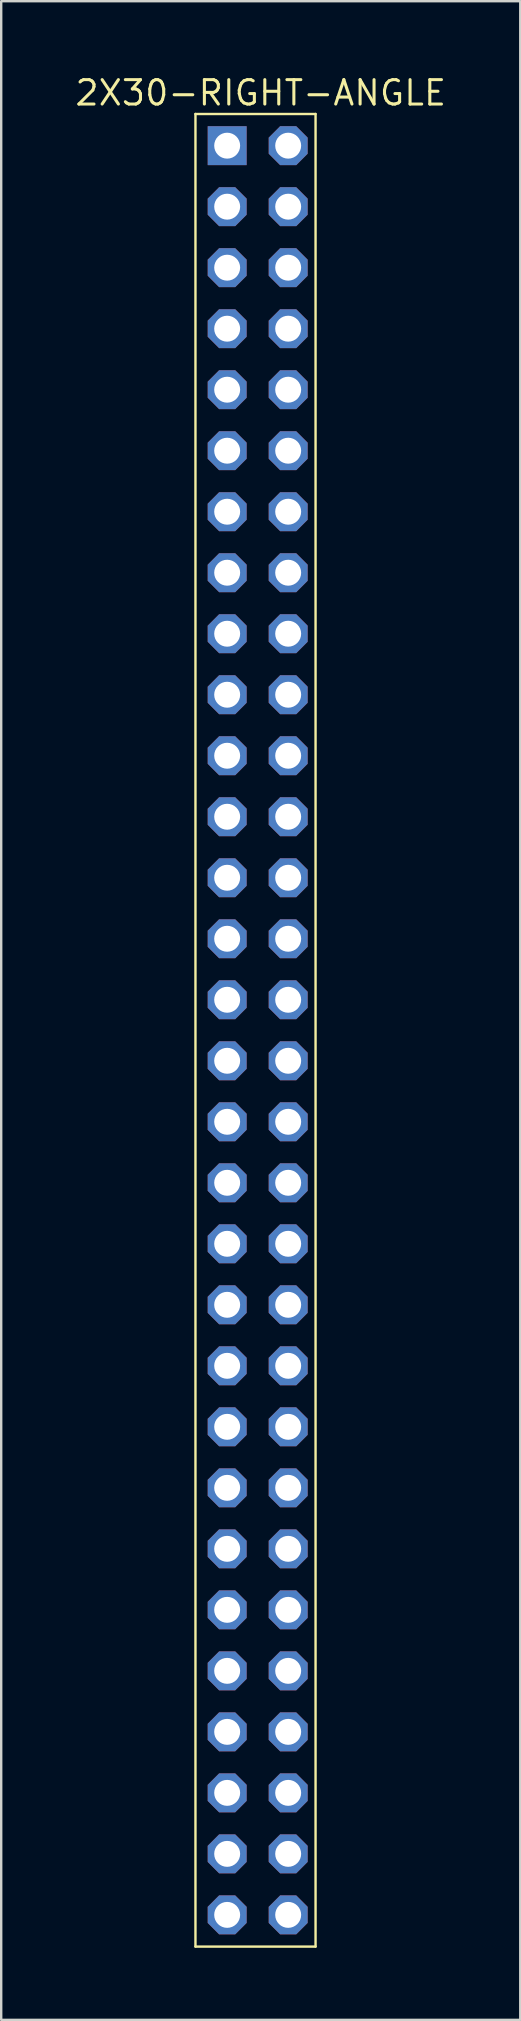
<source format=kicad_pcb>
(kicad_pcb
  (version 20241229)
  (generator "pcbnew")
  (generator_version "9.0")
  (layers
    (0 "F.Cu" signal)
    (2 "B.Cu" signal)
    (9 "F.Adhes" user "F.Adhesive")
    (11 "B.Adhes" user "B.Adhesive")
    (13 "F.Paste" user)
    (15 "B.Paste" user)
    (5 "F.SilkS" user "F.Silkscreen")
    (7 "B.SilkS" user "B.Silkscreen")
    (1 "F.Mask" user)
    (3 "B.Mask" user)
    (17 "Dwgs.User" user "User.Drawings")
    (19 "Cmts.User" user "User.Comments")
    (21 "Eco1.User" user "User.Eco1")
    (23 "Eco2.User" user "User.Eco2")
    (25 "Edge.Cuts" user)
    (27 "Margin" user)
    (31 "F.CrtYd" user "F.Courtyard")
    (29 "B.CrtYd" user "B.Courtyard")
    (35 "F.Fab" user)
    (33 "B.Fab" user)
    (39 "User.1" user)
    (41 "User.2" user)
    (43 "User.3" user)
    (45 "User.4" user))
  (footprint "2X30-RIGHT-ANGLE"
    (layer "F.Cu")
    (at 6.408 3.015)
    (property "Reference" "2X30-RIGHT-ANGLE" (at 1.398 -2.197 0) (layer "F.SilkS") (effects (font (size 1.016 1.016) (thickness 0.127))))
    (attr through_hole)
    (fp_line (start -1.32 -1.32) (end -1.32 74.98) (stroke (width 0.1) (type default)) (layer "F.SilkS"))
    (fp_line (start -1.32 -1.32) (end 3.68 -1.32) (stroke (width 0.1) (type default)) (layer "F.SilkS"))
    (fp_line (start -1.32 74.98) (end 3.68 74.98) (stroke (width 0.1) (type default)) (layer "F.SilkS"))
    (fp_line (start 3.68 -1.32) (end 3.68 74.98) (stroke (width 0.1) (type default)) (layer "F.SilkS"))
    (pad "1" thru_hole rect (at 0 0) (size 1.62 1.62) (drill 1.08) (layers "*.Cu" "*.Mask"))
    (pad "2" thru_hole roundrect (at 0 2.54) (size 1.62 1.62) (drill 1.08) (layers "*.Cu" "*.Mask") (roundrect_rratio 0.25) (chamfer_ratio 0.293) (chamfer top_left top_right bottom_left bottom_right))
    (pad "3" thru_hole roundrect (at 0 5.08) (size 1.62 1.62) (drill 1.08) (layers "*.Cu" "*.Mask") (roundrect_rratio 0.25) (chamfer_ratio 0.293) (chamfer top_left top_right bottom_left bottom_right))
    (pad "4" thru_hole roundrect (at 0 7.62) (size 1.62 1.62) (drill 1.08) (layers "*.Cu" "*.Mask") (roundrect_rratio 0.25) (chamfer_ratio 0.293) (chamfer top_left top_right bottom_left bottom_right))
    (pad "5" thru_hole roundrect (at 0 10.16) (size 1.62 1.62) (drill 1.08) (layers "*.Cu" "*.Mask") (roundrect_rratio 0.25) (chamfer_ratio 0.293) (chamfer top_left top_right bottom_left bottom_right))
    (pad "6" thru_hole roundrect (at 0 12.7) (size 1.62 1.62) (drill 1.08) (layers "*.Cu" "*.Mask") (roundrect_rratio 0.25) (chamfer_ratio 0.293) (chamfer top_left top_right bottom_left bottom_right))
    (pad "7" thru_hole roundrect (at 0 15.24) (size 1.62 1.62) (drill 1.08) (layers "*.Cu" "*.Mask") (roundrect_rratio 0.25) (chamfer_ratio 0.293) (chamfer top_left top_right bottom_left bottom_right))
    (pad "8" thru_hole roundrect (at 0 17.78) (size 1.62 1.62) (drill 1.08) (layers "*.Cu" "*.Mask") (roundrect_rratio 0.25) (chamfer_ratio 0.293) (chamfer top_left top_right bottom_left bottom_right))
    (pad "9" thru_hole roundrect (at 0 20.32) (size 1.62 1.62) (drill 1.08) (layers "*.Cu" "*.Mask") (roundrect_rratio 0.25) (chamfer_ratio 0.293) (chamfer top_left top_right bottom_left bottom_right))
    (pad "10" thru_hole roundrect (at 0 22.86) (size 1.62 1.62) (drill 1.08) (layers "*.Cu" "*.Mask") (roundrect_rratio 0.25) (chamfer_ratio 0.293) (chamfer top_left top_right bottom_left bottom_right))
    (pad "11" thru_hole roundrect (at 0 25.4) (size 1.62 1.62) (drill 1.08) (layers "*.Cu" "*.Mask") (roundrect_rratio 0.25) (chamfer_ratio 0.293) (chamfer top_left top_right bottom_left bottom_right))
    (pad "12" thru_hole roundrect (at 0 27.94) (size 1.62 1.62) (drill 1.08) (layers "*.Cu" "*.Mask") (roundrect_rratio 0.25) (chamfer_ratio 0.293) (chamfer top_left top_right bottom_left bottom_right))
    (pad "13" thru_hole roundrect (at 0 30.48) (size 1.62 1.62) (drill 1.08) (layers "*.Cu" "*.Mask") (roundrect_rratio 0.25) (chamfer_ratio 0.293) (chamfer top_left top_right bottom_left bottom_right))
    (pad "14" thru_hole roundrect (at 0 33.02) (size 1.62 1.62) (drill 1.08) (layers "*.Cu" "*.Mask") (roundrect_rratio 0.25) (chamfer_ratio 0.293) (chamfer top_left top_right bottom_left bottom_right))
    (pad "15" thru_hole roundrect (at 0 35.56) (size 1.62 1.62) (drill 1.08) (layers "*.Cu" "*.Mask") (roundrect_rratio 0.25) (chamfer_ratio 0.293) (chamfer top_left top_right bottom_left bottom_right))
    (pad "16" thru_hole roundrect (at 0 38.1) (size 1.62 1.62) (drill 1.08) (layers "*.Cu" "*.Mask") (roundrect_rratio 0.25) (chamfer_ratio 0.293) (chamfer top_left top_right bottom_left bottom_right))
    (pad "17" thru_hole roundrect (at 0 40.64) (size 1.62 1.62) (drill 1.08) (layers "*.Cu" "*.Mask") (roundrect_rratio 0.25) (chamfer_ratio 0.293) (chamfer top_left top_right bottom_left bottom_right))
    (pad "18" thru_hole roundrect (at 0 43.18) (size 1.62 1.62) (drill 1.08) (layers "*.Cu" "*.Mask") (roundrect_rratio 0.25) (chamfer_ratio 0.293) (chamfer top_left top_right bottom_left bottom_right))
    (pad "19" thru_hole roundrect (at 0 45.72) (size 1.62 1.62) (drill 1.08) (layers "*.Cu" "*.Mask") (roundrect_rratio 0.25) (chamfer_ratio 0.293) (chamfer top_left top_right bottom_left bottom_right))
    (pad "20" thru_hole roundrect (at 0 48.26) (size 1.62 1.62) (drill 1.08) (layers "*.Cu" "*.Mask") (roundrect_rratio 0.25) (chamfer_ratio 0.293) (chamfer top_left top_right bottom_left bottom_right))
    (pad "21" thru_hole roundrect (at 0 50.8) (size 1.62 1.62) (drill 1.08) (layers "*.Cu" "*.Mask") (roundrect_rratio 0.25) (chamfer_ratio 0.293) (chamfer top_left top_right bottom_left bottom_right))
    (pad "22" thru_hole roundrect (at 0 53.34) (size 1.62 1.62) (drill 1.08) (layers "*.Cu" "*.Mask") (roundrect_rratio 0.25) (chamfer_ratio 0.293) (chamfer top_left top_right bottom_left bottom_right))
    (pad "23" thru_hole roundrect (at 0 55.88) (size 1.62 1.62) (drill 1.08) (layers "*.Cu" "*.Mask") (roundrect_rratio 0.25) (chamfer_ratio 0.293) (chamfer top_left top_right bottom_left bottom_right))
    (pad "24" thru_hole roundrect (at 0 58.42) (size 1.62 1.62) (drill 1.08) (layers "*.Cu" "*.Mask") (roundrect_rratio 0.25) (chamfer_ratio 0.293) (chamfer top_left top_right bottom_left bottom_right))
    (pad "25" thru_hole roundrect (at 0 60.96) (size 1.62 1.62) (drill 1.08) (layers "*.Cu" "*.Mask") (roundrect_rratio 0.25) (chamfer_ratio 0.293) (chamfer top_left top_right bottom_left bottom_right))
    (pad "26" thru_hole roundrect (at 0 63.5) (size 1.62 1.62) (drill 1.08) (layers "*.Cu" "*.Mask") (roundrect_rratio 0.25) (chamfer_ratio 0.293) (chamfer top_left top_right bottom_left bottom_right))
    (pad "27" thru_hole roundrect (at 0 66.04) (size 1.62 1.62) (drill 1.08) (layers "*.Cu" "*.Mask") (roundrect_rratio 0.25) (chamfer_ratio 0.293) (chamfer top_left top_right bottom_left bottom_right))
    (pad "28" thru_hole roundrect (at 0 68.58) (size 1.62 1.62) (drill 1.08) (layers "*.Cu" "*.Mask") (roundrect_rratio 0.25) (chamfer_ratio 0.293) (chamfer top_left top_right bottom_left bottom_right))
    (pad "29" thru_hole roundrect (at 0 71.12) (size 1.62 1.62) (drill 1.08) (layers "*.Cu" "*.Mask") (roundrect_rratio 0.25) (chamfer_ratio 0.293) (chamfer top_left top_right bottom_left bottom_right))
    (pad "30" thru_hole roundrect (at 0 73.66) (size 1.62 1.62) (drill 1.08) (layers "*.Cu" "*.Mask") (roundrect_rratio 0.25) (chamfer_ratio 0.293) (chamfer top_left top_right bottom_left bottom_right))
    (pad "31" thru_hole roundrect (at 2.54 0) (size 1.62 1.62) (drill 1.08) (layers "*.Cu" "*.Mask") (roundrect_rratio 0.25) (chamfer_ratio 0.293) (chamfer top_left top_right bottom_left bottom_right))
    (pad "32" thru_hole roundrect (at 2.54 2.54) (size 1.62 1.62) (drill 1.08) (layers "*.Cu" "*.Mask") (roundrect_rratio 0.25) (chamfer_ratio 0.293) (chamfer top_left top_right bottom_left bottom_right))
    (pad "33" thru_hole roundrect (at 2.54 5.08) (size 1.62 1.62) (drill 1.08) (layers "*.Cu" "*.Mask") (roundrect_rratio 0.25) (chamfer_ratio 0.293) (chamfer top_left top_right bottom_left bottom_right))
    (pad "34" thru_hole roundrect (at 2.54 7.62) (size 1.62 1.62) (drill 1.08) (layers "*.Cu" "*.Mask") (roundrect_rratio 0.25) (chamfer_ratio 0.293) (chamfer top_left top_right bottom_left bottom_right))
    (pad "35" thru_hole roundrect (at 2.54 10.16) (size 1.62 1.62) (drill 1.08) (layers "*.Cu" "*.Mask") (roundrect_rratio 0.25) (chamfer_ratio 0.293) (chamfer top_left top_right bottom_left bottom_right))
    (pad "36" thru_hole roundrect (at 2.54 12.7) (size 1.62 1.62) (drill 1.08) (layers "*.Cu" "*.Mask") (roundrect_rratio 0.25) (chamfer_ratio 0.293) (chamfer top_left top_right bottom_left bottom_right))
    (pad "37" thru_hole roundrect (at 2.54 15.24) (size 1.62 1.62) (drill 1.08) (layers "*.Cu" "*.Mask") (roundrect_rratio 0.25) (chamfer_ratio 0.293) (chamfer top_left top_right bottom_left bottom_right))
    (pad "38" thru_hole roundrect (at 2.54 17.78) (size 1.62 1.62) (drill 1.08) (layers "*.Cu" "*.Mask") (roundrect_rratio 0.25) (chamfer_ratio 0.293) (chamfer top_left top_right bottom_left bottom_right))
    (pad "39" thru_hole roundrect (at 2.54 20.32) (size 1.62 1.62) (drill 1.08) (layers "*.Cu" "*.Mask") (roundrect_rratio 0.25) (chamfer_ratio 0.293) (chamfer top_left top_right bottom_left bottom_right))
    (pad "40" thru_hole roundrect (at 2.54 22.86) (size 1.62 1.62) (drill 1.08) (layers "*.Cu" "*.Mask") (roundrect_rratio 0.25) (chamfer_ratio 0.293) (chamfer top_left top_right bottom_left bottom_right))
    (pad "41" thru_hole roundrect (at 2.54 25.4) (size 1.62 1.62) (drill 1.08) (layers "*.Cu" "*.Mask") (roundrect_rratio 0.25) (chamfer_ratio 0.293) (chamfer top_left top_right bottom_left bottom_right))
    (pad "42" thru_hole roundrect (at 2.54 27.94) (size 1.62 1.62) (drill 1.08) (layers "*.Cu" "*.Mask") (roundrect_rratio 0.25) (chamfer_ratio 0.293) (chamfer top_left top_right bottom_left bottom_right))
    (pad "43" thru_hole roundrect (at 2.54 30.48) (size 1.62 1.62) (drill 1.08) (layers "*.Cu" "*.Mask") (roundrect_rratio 0.25) (chamfer_ratio 0.293) (chamfer top_left top_right bottom_left bottom_right))
    (pad "44" thru_hole roundrect (at 2.54 33.02) (size 1.62 1.62) (drill 1.08) (layers "*.Cu" "*.Mask") (roundrect_rratio 0.25) (chamfer_ratio 0.293) (chamfer top_left top_right bottom_left bottom_right))
    (pad "45" thru_hole roundrect (at 2.54 35.56) (size 1.62 1.62) (drill 1.08) (layers "*.Cu" "*.Mask") (roundrect_rratio 0.25) (chamfer_ratio 0.293) (chamfer top_left top_right bottom_left bottom_right))
    (pad "46" thru_hole roundrect (at 2.54 38.1) (size 1.62 1.62) (drill 1.08) (layers "*.Cu" "*.Mask") (roundrect_rratio 0.25) (chamfer_ratio 0.293) (chamfer top_left top_right bottom_left bottom_right))
    (pad "47" thru_hole roundrect (at 2.54 40.64) (size 1.62 1.62) (drill 1.08) (layers "*.Cu" "*.Mask") (roundrect_rratio 0.25) (chamfer_ratio 0.293) (chamfer top_left top_right bottom_left bottom_right))
    (pad "48" thru_hole roundrect (at 2.54 43.18) (size 1.62 1.62) (drill 1.08) (layers "*.Cu" "*.Mask") (roundrect_rratio 0.25) (chamfer_ratio 0.293) (chamfer top_left top_right bottom_left bottom_right))
    (pad "49" thru_hole roundrect (at 2.54 45.72) (size 1.62 1.62) (drill 1.08) (layers "*.Cu" "*.Mask") (roundrect_rratio 0.25) (chamfer_ratio 0.293) (chamfer top_left top_right bottom_left bottom_right))
    (pad "50" thru_hole roundrect (at 2.54 48.26) (size 1.62 1.62) (drill 1.08) (layers "*.Cu" "*.Mask") (roundrect_rratio 0.25) (chamfer_ratio 0.293) (chamfer top_left top_right bottom_left bottom_right))
    (pad "51" thru_hole roundrect (at 2.54 50.8) (size 1.62 1.62) (drill 1.08) (layers "*.Cu" "*.Mask") (roundrect_rratio 0.25) (chamfer_ratio 0.293) (chamfer top_left top_right bottom_left bottom_right))
    (pad "52" thru_hole roundrect (at 2.54 53.34) (size 1.62 1.62) (drill 1.08) (layers "*.Cu" "*.Mask") (roundrect_rratio 0.25) (chamfer_ratio 0.293) (chamfer top_left top_right bottom_left bottom_right))
    (pad "53" thru_hole roundrect (at 2.54 55.88) (size 1.62 1.62) (drill 1.08) (layers "*.Cu" "*.Mask") (roundrect_rratio 0.25) (chamfer_ratio 0.293) (chamfer top_left top_right bottom_left bottom_right))
    (pad "54" thru_hole roundrect (at 2.54 58.42) (size 1.62 1.62) (drill 1.08) (layers "*.Cu" "*.Mask") (roundrect_rratio 0.25) (chamfer_ratio 0.293) (chamfer top_left top_right bottom_left bottom_right))
    (pad "55" thru_hole roundrect (at 2.54 60.96) (size 1.62 1.62) (drill 1.08) (layers "*.Cu" "*.Mask") (roundrect_rratio 0.25) (chamfer_ratio 0.293) (chamfer top_left top_right bottom_left bottom_right))
    (pad "56" thru_hole roundrect (at 2.54 63.5) (size 1.62 1.62) (drill 1.08) (layers "*.Cu" "*.Mask") (roundrect_rratio 0.25) (chamfer_ratio 0.293) (chamfer top_left top_right bottom_left bottom_right))
    (pad "57" thru_hole roundrect (at 2.54 66.04) (size 1.62 1.62) (drill 1.08) (layers "*.Cu" "*.Mask") (roundrect_rratio 0.25) (chamfer_ratio 0.293) (chamfer top_left top_right bottom_left bottom_right))
    (pad "58" thru_hole roundrect (at 2.54 68.58) (size 1.62 1.62) (drill 1.08) (layers "*.Cu" "*.Mask") (roundrect_rratio 0.25) (chamfer_ratio 0.293) (chamfer top_left top_right bottom_left bottom_right))
    (pad "59" thru_hole roundrect (at 2.54 71.12) (size 1.62 1.62) (drill 1.08) (layers "*.Cu" "*.Mask") (roundrect_rratio 0.25) (chamfer_ratio 0.293) (chamfer top_left top_right bottom_left bottom_right))
    (pad "60" thru_hole roundrect (at 2.54 73.66) (size 1.62 1.62) (drill 1.08) (layers "*.Cu" "*.Mask") (roundrect_rratio 0.25) (chamfer_ratio 0.293) (chamfer top_left top_right bottom_left bottom_right)))
  (gr_rect
    (start -3 -3)
    (end 18.611 81.045)
    (stroke (width 0.1) (type default))
    (fill no)
    (layer "Edge.Cuts")))
</source>
